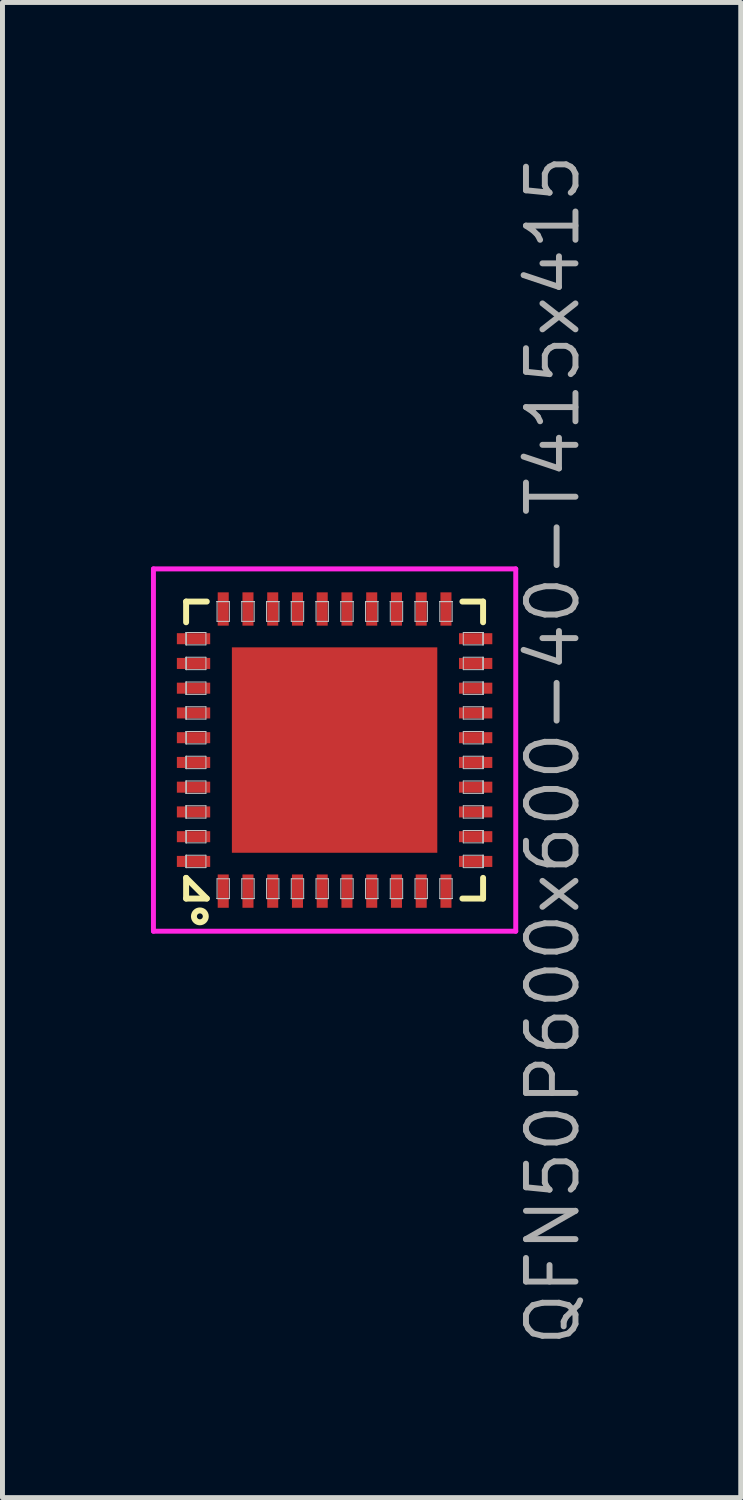
<source format=kicad_pcb>
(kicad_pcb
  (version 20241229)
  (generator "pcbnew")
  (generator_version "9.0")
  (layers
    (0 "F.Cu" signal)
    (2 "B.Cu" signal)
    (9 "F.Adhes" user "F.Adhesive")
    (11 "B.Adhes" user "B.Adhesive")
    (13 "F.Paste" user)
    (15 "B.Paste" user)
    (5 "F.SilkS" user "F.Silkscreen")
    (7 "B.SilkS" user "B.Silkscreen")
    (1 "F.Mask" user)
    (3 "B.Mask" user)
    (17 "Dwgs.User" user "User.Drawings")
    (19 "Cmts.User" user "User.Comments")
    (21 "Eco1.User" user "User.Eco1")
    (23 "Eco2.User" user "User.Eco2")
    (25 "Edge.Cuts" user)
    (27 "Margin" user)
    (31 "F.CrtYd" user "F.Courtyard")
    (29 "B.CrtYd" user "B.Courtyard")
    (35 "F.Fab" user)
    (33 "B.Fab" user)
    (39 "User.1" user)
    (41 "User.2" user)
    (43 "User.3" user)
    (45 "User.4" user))
  (footprint "QFN50P600x600-40-T415x415"
    (layer "F.Cu")
    (at 3.71 12.104)
    (property "Reference" "QFN50P600x600-40-T415x415" (at 4.41 0 90) (layer "F.Fab") (effects (font (size 1 1) (thickness 0.12))))
    (attr through_hole)
    (fp_line (start -3 -3) (end -3 -2.582) (stroke (width 0.12) (type solid)) (layer "F.SilkS"))
    (fp_line (start -3 -3) (end -2.582 -3) (stroke (width 0.12) (type solid)) (layer "F.SilkS"))
    (fp_line (start -3 2.582) (end -2.582 3) (stroke (width 0.12) (type solid)) (layer "F.SilkS"))
    (fp_line (start -3 3) (end -3 2.582) (stroke (width 0.12) (type solid)) (layer "F.SilkS"))
    (fp_line (start -3 3) (end -2.582 3) (stroke (width 0.12) (type solid)) (layer "F.SilkS"))
    (fp_line (start 3 -3) (end 2.582 -3) (stroke (width 0.12) (type solid)) (layer "F.SilkS"))
    (fp_line (start 3 -3) (end 3 -2.582) (stroke (width 0.12) (type solid)) (layer "F.SilkS"))
    (fp_line (start 3 3) (end 2.582 3) (stroke (width 0.12) (type solid)) (layer "F.SilkS"))
    (fp_line (start 3 3) (end 3 2.582) (stroke (width 0.12) (type solid)) (layer "F.SilkS"))
    (fp_circle (center -2.722 3.36) (end -2.602 3.36) (stroke (width 0.12) (type solid)) (fill no) (layer "F.SilkS"))
    (fp_line (start -3 -2.375) (end -3 -2.375) (stroke (width 0.02) (type solid)) (layer "Dwgs.User"))
    (fp_line (start -3 -2.375) (end -3 -2.125) (stroke (width 0.02) (type solid)) (layer "Dwgs.User"))
    (fp_line (start -3 -2.375) (end -2.6 -2.375) (stroke (width 0.02) (type solid)) (layer "Dwgs.User"))
    (fp_line (start -3 -2.125) (end -3 -2.375) (stroke (width 0.02) (type solid)) (layer "Dwgs.User"))
    (fp_line (start -3 -2.125) (end -3 -2.375) (stroke (width 0.02) (type solid)) (layer "Dwgs.User"))
    (fp_line (start -3 -2.125) (end -3 -2.125) (stroke (width 0.02) (type solid)) (layer "Dwgs.User"))
    (fp_line (start -3 -1.875) (end -3 -1.875) (stroke (width 0.02) (type solid)) (layer "Dwgs.User"))
    (fp_line (start -3 -1.875) (end -3 -1.625) (stroke (width 0.02) (type solid)) (layer "Dwgs.User"))
    (fp_line (start -3 -1.875) (end -2.6 -1.875) (stroke (width 0.02) (type solid)) (layer "Dwgs.User"))
    (fp_line (start -3 -1.625) (end -3 -1.875) (stroke (width 0.02) (type solid)) (layer "Dwgs.User"))
    (fp_line (start -3 -1.625) (end -3 -1.875) (stroke (width 0.02) (type solid)) (layer "Dwgs.User"))
    (fp_line (start -3 -1.625) (end -3 -1.625) (stroke (width 0.02) (type solid)) (layer "Dwgs.User"))
    (fp_line (start -3 -1.375) (end -3 -1.375) (stroke (width 0.02) (type solid)) (layer "Dwgs.User"))
    (fp_line (start -3 -1.375) (end -3 -1.125) (stroke (width 0.02) (type solid)) (layer "Dwgs.User"))
    (fp_line (start -3 -1.375) (end -2.6 -1.375) (stroke (width 0.02) (type solid)) (layer "Dwgs.User"))
    (fp_line (start -3 -1.125) (end -3 -1.375) (stroke (width 0.02) (type solid)) (layer "Dwgs.User"))
    (fp_line (start -3 -1.125) (end -3 -1.375) (stroke (width 0.02) (type solid)) (layer "Dwgs.User"))
    (fp_line (start -3 -1.125) (end -3 -1.125) (stroke (width 0.02) (type solid)) (layer "Dwgs.User"))
    (fp_line (start -3 -0.875) (end -3 -0.875) (stroke (width 0.02) (type solid)) (layer "Dwgs.User"))
    (fp_line (start -3 -0.875) (end -3 -0.625) (stroke (width 0.02) (type solid)) (layer "Dwgs.User"))
    (fp_line (start -3 -0.875) (end -2.6 -0.875) (stroke (width 0.02) (type solid)) (layer "Dwgs.User"))
    (fp_line (start -3 -0.625) (end -3 -0.875) (stroke (width 0.02) (type solid)) (layer "Dwgs.User"))
    (fp_line (start -3 -0.625) (end -3 -0.875) (stroke (width 0.02) (type solid)) (layer "Dwgs.User"))
    (fp_line (start -3 -0.625) (end -3 -0.625) (stroke (width 0.02) (type solid)) (layer "Dwgs.User"))
    (fp_line (start -3 -0.375) (end -3 -0.375) (stroke (width 0.02) (type solid)) (layer "Dwgs.User"))
    (fp_line (start -3 -0.375) (end -3 -0.125) (stroke (width 0.02) (type solid)) (layer "Dwgs.User"))
    (fp_line (start -3 -0.375) (end -2.6 -0.375) (stroke (width 0.02) (type solid)) (layer "Dwgs.User"))
    (fp_line (start -3 -0.125) (end -3 -0.375) (stroke (width 0.02) (type solid)) (layer "Dwgs.User"))
    (fp_line (start -3 -0.125) (end -3 -0.375) (stroke (width 0.02) (type solid)) (layer "Dwgs.User"))
    (fp_line (start -3 -0.125) (end -3 -0.125) (stroke (width 0.02) (type solid)) (layer "Dwgs.User"))
    (fp_line (start -3 0.125) (end -3 0.125) (stroke (width 0.02) (type solid)) (layer "Dwgs.User"))
    (fp_line (start -3 0.125) (end -3 0.375) (stroke (width 0.02) (type solid)) (layer "Dwgs.User"))
    (fp_line (start -3 0.125) (end -2.6 0.125) (stroke (width 0.02) (type solid)) (layer "Dwgs.User"))
    (fp_line (start -3 0.375) (end -3 0.125) (stroke (width 0.02) (type solid)) (layer "Dwgs.User"))
    (fp_line (start -3 0.375) (end -3 0.125) (stroke (width 0.02) (type solid)) (layer "Dwgs.User"))
    (fp_line (start -3 0.375) (end -3 0.375) (stroke (width 0.02) (type solid)) (layer "Dwgs.User"))
    (fp_line (start -3 0.625) (end -3 0.625) (stroke (width 0.02) (type solid)) (layer "Dwgs.User"))
    (fp_line (start -3 0.625) (end -3 0.875) (stroke (width 0.02) (type solid)) (layer "Dwgs.User"))
    (fp_line (start -3 0.625) (end -2.6 0.625) (stroke (width 0.02) (type solid)) (layer "Dwgs.User"))
    (fp_line (start -3 0.875) (end -3 0.625) (stroke (width 0.02) (type solid)) (layer "Dwgs.User"))
    (fp_line (start -3 0.875) (end -3 0.625) (stroke (width 0.02) (type solid)) (layer "Dwgs.User"))
    (fp_line (start -3 0.875) (end -3 0.875) (stroke (width 0.02) (type solid)) (layer "Dwgs.User"))
    (fp_line (start -3 1.125) (end -3 1.125) (stroke (width 0.02) (type solid)) (layer "Dwgs.User"))
    (fp_line (start -3 1.125) (end -3 1.375) (stroke (width 0.02) (type solid)) (layer "Dwgs.User"))
    (fp_line (start -3 1.125) (end -2.6 1.125) (stroke (width 0.02) (type solid)) (layer "Dwgs.User"))
    (fp_line (start -3 1.375) (end -3 1.125) (stroke (width 0.02) (type solid)) (layer "Dwgs.User"))
    (fp_line (start -3 1.375) (end -3 1.125) (stroke (width 0.02) (type solid)) (layer "Dwgs.User"))
    (fp_line (start -3 1.375) (end -3 1.375) (stroke (width 0.02) (type solid)) (layer "Dwgs.User"))
    (fp_line (start -3 1.625) (end -3 1.625) (stroke (width 0.02) (type solid)) (layer "Dwgs.User"))
    (fp_line (start -3 1.625) (end -3 1.875) (stroke (width 0.02) (type solid)) (layer "Dwgs.User"))
    (fp_line (start -3 1.625) (end -2.6 1.625) (stroke (width 0.02) (type solid)) (layer "Dwgs.User"))
    (fp_line (start -3 1.875) (end -3 1.625) (stroke (width 0.02) (type solid)) (layer "Dwgs.User"))
    (fp_line (start -3 1.875) (end -3 1.625) (stroke (width 0.02) (type solid)) (layer "Dwgs.User"))
    (fp_line (start -3 1.875) (end -3 1.875) (stroke (width 0.02) (type solid)) (layer "Dwgs.User"))
    (fp_line (start -3 2.125) (end -3 2.125) (stroke (width 0.02) (type solid)) (layer "Dwgs.User"))
    (fp_line (start -3 2.125) (end -3 2.375) (stroke (width 0.02) (type solid)) (layer "Dwgs.User"))
    (fp_line (start -3 2.125) (end -2.6 2.125) (stroke (width 0.02) (type solid)) (layer "Dwgs.User"))
    (fp_line (start -3 2.375) (end -3 2.125) (stroke (width 0.02) (type solid)) (layer "Dwgs.User"))
    (fp_line (start -3 2.375) (end -3 2.125) (stroke (width 0.02) (type solid)) (layer "Dwgs.User"))
    (fp_line (start -3 2.375) (end -3 2.375) (stroke (width 0.02) (type solid)) (layer "Dwgs.User"))
    (fp_line (start -2.6 -2.375) (end -2.6 -2.125) (stroke (width 0.02) (type solid)) (layer "Dwgs.User"))
    (fp_line (start -2.6 -2.125) (end -3 -2.125) (stroke (width 0.02) (type solid)) (layer "Dwgs.User"))
    (fp_line (start -2.6 -1.875) (end -2.6 -1.625) (stroke (width 0.02) (type solid)) (layer "Dwgs.User"))
    (fp_line (start -2.6 -1.625) (end -3 -1.625) (stroke (width 0.02) (type solid)) (layer "Dwgs.User"))
    (fp_line (start -2.6 -1.375) (end -2.6 -1.125) (stroke (width 0.02) (type solid)) (layer "Dwgs.User"))
    (fp_line (start -2.6 -1.125) (end -3 -1.125) (stroke (width 0.02) (type solid)) (layer "Dwgs.User"))
    (fp_line (start -2.6 -0.875) (end -2.6 -0.625) (stroke (width 0.02) (type solid)) (layer "Dwgs.User"))
    (fp_line (start -2.6 -0.625) (end -3 -0.625) (stroke (width 0.02) (type solid)) (layer "Dwgs.User"))
    (fp_line (start -2.6 -0.375) (end -2.6 -0.125) (stroke (width 0.02) (type solid)) (layer "Dwgs.User"))
    (fp_line (start -2.6 -0.125) (end -3 -0.125) (stroke (width 0.02) (type solid)) (layer "Dwgs.User"))
    (fp_line (start -2.6 0.125) (end -2.6 0.375) (stroke (width 0.02) (type solid)) (layer "Dwgs.User"))
    (fp_line (start -2.6 0.375) (end -3 0.375) (stroke (width 0.02) (type solid)) (layer "Dwgs.User"))
    (fp_line (start -2.6 0.625) (end -2.6 0.875) (stroke (width 0.02) (type solid)) (layer "Dwgs.User"))
    (fp_line (start -2.6 0.875) (end -3 0.875) (stroke (width 0.02) (type solid)) (layer "Dwgs.User"))
    (fp_line (start -2.6 1.125) (end -2.6 1.375) (stroke (width 0.02) (type solid)) (layer "Dwgs.User"))
    (fp_line (start -2.6 1.375) (end -3 1.375) (stroke (width 0.02) (type solid)) (layer "Dwgs.User"))
    (fp_line (start -2.6 1.625) (end -2.6 1.875) (stroke (width 0.02) (type solid)) (layer "Dwgs.User"))
    (fp_line (start -2.6 1.875) (end -3 1.875) (stroke (width 0.02) (type solid)) (layer "Dwgs.User"))
    (fp_line (start -2.6 2.125) (end -2.6 2.375) (stroke (width 0.02) (type solid)) (layer "Dwgs.User"))
    (fp_line (start -2.6 2.375) (end -3 2.375) (stroke (width 0.02) (type solid)) (layer "Dwgs.User"))
    (fp_line (start -2.375 -3) (end -2.375 -3) (stroke (width 0.02) (type solid)) (layer "Dwgs.User"))
    (fp_line (start -2.375 -3) (end -2.125 -3) (stroke (width 0.02) (type solid)) (layer "Dwgs.User"))
    (fp_line (start -2.375 -3) (end -2.125 -3) (stroke (width 0.02) (type solid)) (layer "Dwgs.User"))
    (fp_line (start -2.375 -2.6) (end -2.375 -3) (stroke (width 0.02) (type solid)) (layer "Dwgs.User"))
    (fp_line (start -2.375 2.6) (end -2.375 3) (stroke (width 0.02) (type solid)) (layer "Dwgs.User"))
    (fp_line (start -2.375 3) (end -2.375 3) (stroke (width 0.02) (type solid)) (layer "Dwgs.User"))
    (fp_line (start -2.375 3) (end -2.125 3) (stroke (width 0.02) (type solid)) (layer "Dwgs.User"))
    (fp_line (start -2.375 3) (end -2.125 3) (stroke (width 0.02) (type solid)) (layer "Dwgs.User"))
    (fp_line (start -2.125 -3) (end -2.375 -3) (stroke (width 0.02) (type solid)) (layer "Dwgs.User"))
    (fp_line (start -2.125 -3) (end -2.125 -3) (stroke (width 0.02) (type solid)) (layer "Dwgs.User"))
    (fp_line (start -2.125 -3) (end -2.125 -2.6) (stroke (width 0.02) (type solid)) (layer "Dwgs.User"))
    (fp_line (start -2.125 -2.6) (end -2.375 -2.6) (stroke (width 0.02) (type solid)) (layer "Dwgs.User"))
    (fp_line (start -2.125 2.6) (end -2.375 2.6) (stroke (width 0.02) (type solid)) (layer "Dwgs.User"))
    (fp_line (start -2.125 3) (end -2.375 3) (stroke (width 0.02) (type solid)) (layer "Dwgs.User"))
    (fp_line (start -2.125 3) (end -2.125 2.6) (stroke (width 0.02) (type solid)) (layer "Dwgs.User"))
    (fp_line (start -2.125 3) (end -2.125 3) (stroke (width 0.02) (type solid)) (layer "Dwgs.User"))
    (fp_line (start -1.875 -3) (end -1.875 -3) (stroke (width 0.02) (type solid)) (layer "Dwgs.User"))
    (fp_line (start -1.875 -3) (end -1.625 -3) (stroke (width 0.02) (type solid)) (layer "Dwgs.User"))
    (fp_line (start -1.875 -3) (end -1.625 -3) (stroke (width 0.02) (type solid)) (layer "Dwgs.User"))
    (fp_line (start -1.875 -2.6) (end -1.875 -3) (stroke (width 0.02) (type solid)) (layer "Dwgs.User"))
    (fp_line (start -1.875 2.6) (end -1.875 3) (stroke (width 0.02) (type solid)) (layer "Dwgs.User"))
    (fp_line (start -1.875 3) (end -1.875 3) (stroke (width 0.02) (type solid)) (layer "Dwgs.User"))
    (fp_line (start -1.875 3) (end -1.625 3) (stroke (width 0.02) (type solid)) (layer "Dwgs.User"))
    (fp_line (start -1.875 3) (end -1.625 3) (stroke (width 0.02) (type solid)) (layer "Dwgs.User"))
    (fp_line (start -1.625 -3) (end -1.875 -3) (stroke (width 0.02) (type solid)) (layer "Dwgs.User"))
    (fp_line (start -1.625 -3) (end -1.625 -3) (stroke (width 0.02) (type solid)) (layer "Dwgs.User"))
    (fp_line (start -1.625 -3) (end -1.625 -2.6) (stroke (width 0.02) (type solid)) (layer "Dwgs.User"))
    (fp_line (start -1.625 -2.6) (end -1.875 -2.6) (stroke (width 0.02) (type solid)) (layer "Dwgs.User"))
    (fp_line (start -1.625 2.6) (end -1.875 2.6) (stroke (width 0.02) (type solid)) (layer "Dwgs.User"))
    (fp_line (start -1.625 3) (end -1.875 3) (stroke (width 0.02) (type solid)) (layer "Dwgs.User"))
    (fp_line (start -1.625 3) (end -1.625 2.6) (stroke (width 0.02) (type solid)) (layer "Dwgs.User"))
    (fp_line (start -1.625 3) (end -1.625 3) (stroke (width 0.02) (type solid)) (layer "Dwgs.User"))
    (fp_line (start -1.375 -3) (end -1.375 -3) (stroke (width 0.02) (type solid)) (layer "Dwgs.User"))
    (fp_line (start -1.375 -3) (end -1.125 -3) (stroke (width 0.02) (type solid)) (layer "Dwgs.User"))
    (fp_line (start -1.375 -3) (end -1.125 -3) (stroke (width 0.02) (type solid)) (layer "Dwgs.User"))
    (fp_line (start -1.375 -2.6) (end -1.375 -3) (stroke (width 0.02) (type solid)) (layer "Dwgs.User"))
    (fp_line (start -1.375 2.6) (end -1.375 3) (stroke (width 0.02) (type solid)) (layer "Dwgs.User"))
    (fp_line (start -1.375 3) (end -1.375 3) (stroke (width 0.02) (type solid)) (layer "Dwgs.User"))
    (fp_line (start -1.375 3) (end -1.125 3) (stroke (width 0.02) (type solid)) (layer "Dwgs.User"))
    (fp_line (start -1.375 3) (end -1.125 3) (stroke (width 0.02) (type solid)) (layer "Dwgs.User"))
    (fp_line (start -1.125 -3) (end -1.375 -3) (stroke (width 0.02) (type solid)) (layer "Dwgs.User"))
    (fp_line (start -1.125 -3) (end -1.125 -3) (stroke (width 0.02) (type solid)) (layer "Dwgs.User"))
    (fp_line (start -1.125 -3) (end -1.125 -2.6) (stroke (width 0.02) (type solid)) (layer "Dwgs.User"))
    (fp_line (start -1.125 -2.6) (end -1.375 -2.6) (stroke (width 0.02) (type solid)) (layer "Dwgs.User"))
    (fp_line (start -1.125 2.6) (end -1.375 2.6) (stroke (width 0.02) (type solid)) (layer "Dwgs.User"))
    (fp_line (start -1.125 3) (end -1.375 3) (stroke (width 0.02) (type solid)) (layer "Dwgs.User"))
    (fp_line (start -1.125 3) (end -1.125 2.6) (stroke (width 0.02) (type solid)) (layer "Dwgs.User"))
    (fp_line (start -1.125 3) (end -1.125 3) (stroke (width 0.02) (type solid)) (layer "Dwgs.User"))
    (fp_line (start -0.875 -3) (end -0.875 -3) (stroke (width 0.02) (type solid)) (layer "Dwgs.User"))
    (fp_line (start -0.875 -3) (end -0.625 -3) (stroke (width 0.02) (type solid)) (layer "Dwgs.User"))
    (fp_line (start -0.875 -3) (end -0.625 -3) (stroke (width 0.02) (type solid)) (layer "Dwgs.User"))
    (fp_line (start -0.875 -2.6) (end -0.875 -3) (stroke (width 0.02) (type solid)) (layer "Dwgs.User"))
    (fp_line (start -0.875 2.6) (end -0.875 3) (stroke (width 0.02) (type solid)) (layer "Dwgs.User"))
    (fp_line (start -0.875 3) (end -0.875 3) (stroke (width 0.02) (type solid)) (layer "Dwgs.User"))
    (fp_line (start -0.875 3) (end -0.625 3) (stroke (width 0.02) (type solid)) (layer "Dwgs.User"))
    (fp_line (start -0.875 3) (end -0.625 3) (stroke (width 0.02) (type solid)) (layer "Dwgs.User"))
    (fp_line (start -0.625 -3) (end -0.875 -3) (stroke (width 0.02) (type solid)) (layer "Dwgs.User"))
    (fp_line (start -0.625 -3) (end -0.625 -3) (stroke (width 0.02) (type solid)) (layer "Dwgs.User"))
    (fp_line (start -0.625 -3) (end -0.625 -2.6) (stroke (width 0.02) (type solid)) (layer "Dwgs.User"))
    (fp_line (start -0.625 -2.6) (end -0.875 -2.6) (stroke (width 0.02) (type solid)) (layer "Dwgs.User"))
    (fp_line (start -0.625 2.6) (end -0.875 2.6) (stroke (width 0.02) (type solid)) (layer "Dwgs.User"))
    (fp_line (start -0.625 3) (end -0.875 3) (stroke (width 0.02) (type solid)) (layer "Dwgs.User"))
    (fp_line (start -0.625 3) (end -0.625 2.6) (stroke (width 0.02) (type solid)) (layer "Dwgs.User"))
    (fp_line (start -0.625 3) (end -0.625 3) (stroke (width 0.02) (type solid)) (layer "Dwgs.User"))
    (fp_line (start -0.375 -3) (end -0.375 -3) (stroke (width 0.02) (type solid)) (layer "Dwgs.User"))
    (fp_line (start -0.375 -3) (end -0.125 -3) (stroke (width 0.02) (type solid)) (layer "Dwgs.User"))
    (fp_line (start -0.375 -3) (end -0.125 -3) (stroke (width 0.02) (type solid)) (layer "Dwgs.User"))
    (fp_line (start -0.375 -2.6) (end -0.375 -3) (stroke (width 0.02) (type solid)) (layer "Dwgs.User"))
    (fp_line (start -0.375 2.6) (end -0.375 3) (stroke (width 0.02) (type solid)) (layer "Dwgs.User"))
    (fp_line (start -0.375 3) (end -0.375 3) (stroke (width 0.02) (type solid)) (layer "Dwgs.User"))
    (fp_line (start -0.375 3) (end -0.125 3) (stroke (width 0.02) (type solid)) (layer "Dwgs.User"))
    (fp_line (start -0.375 3) (end -0.125 3) (stroke (width 0.02) (type solid)) (layer "Dwgs.User"))
    (fp_line (start -0.125 -3) (end -0.375 -3) (stroke (width 0.02) (type solid)) (layer "Dwgs.User"))
    (fp_line (start -0.125 -3) (end -0.125 -3) (stroke (width 0.02) (type solid)) (layer "Dwgs.User"))
    (fp_line (start -0.125 -3) (end -0.125 -2.6) (stroke (width 0.02) (type solid)) (layer "Dwgs.User"))
    (fp_line (start -0.125 -2.6) (end -0.375 -2.6) (stroke (width 0.02) (type solid)) (layer "Dwgs.User"))
    (fp_line (start -0.125 2.6) (end -0.375 2.6) (stroke (width 0.02) (type solid)) (layer "Dwgs.User"))
    (fp_line (start -0.125 3) (end -0.375 3) (stroke (width 0.02) (type solid)) (layer "Dwgs.User"))
    (fp_line (start -0.125 3) (end -0.125 2.6) (stroke (width 0.02) (type solid)) (layer "Dwgs.User"))
    (fp_line (start -0.125 3) (end -0.125 3) (stroke (width 0.02) (type solid)) (layer "Dwgs.User"))
    (fp_line (start 0.125 -3) (end 0.125 -3) (stroke (width 0.02) (type solid)) (layer "Dwgs.User"))
    (fp_line (start 0.125 -3) (end 0.375 -3) (stroke (width 0.02) (type solid)) (layer "Dwgs.User"))
    (fp_line (start 0.125 -3) (end 0.375 -3) (stroke (width 0.02) (type solid)) (layer "Dwgs.User"))
    (fp_line (start 0.125 -2.6) (end 0.125 -3) (stroke (width 0.02) (type solid)) (layer "Dwgs.User"))
    (fp_line (start 0.125 2.6) (end 0.125 3) (stroke (width 0.02) (type solid)) (layer "Dwgs.User"))
    (fp_line (start 0.125 3) (end 0.125 3) (stroke (width 0.02) (type solid)) (layer "Dwgs.User"))
    (fp_line (start 0.125 3) (end 0.375 3) (stroke (width 0.02) (type solid)) (layer "Dwgs.User"))
    (fp_line (start 0.125 3) (end 0.375 3) (stroke (width 0.02) (type solid)) (layer "Dwgs.User"))
    (fp_line (start 0.375 -3) (end 0.125 -3) (stroke (width 0.02) (type solid)) (layer "Dwgs.User"))
    (fp_line (start 0.375 -3) (end 0.375 -3) (stroke (width 0.02) (type solid)) (layer "Dwgs.User"))
    (fp_line (start 0.375 -3) (end 0.375 -2.6) (stroke (width 0.02) (type solid)) (layer "Dwgs.User"))
    (fp_line (start 0.375 -2.6) (end 0.125 -2.6) (stroke (width 0.02) (type solid)) (layer "Dwgs.User"))
    (fp_line (start 0.375 2.6) (end 0.125 2.6) (stroke (width 0.02) (type solid)) (layer "Dwgs.User"))
    (fp_line (start 0.375 3) (end 0.125 3) (stroke (width 0.02) (type solid)) (layer "Dwgs.User"))
    (fp_line (start 0.375 3) (end 0.375 2.6) (stroke (width 0.02) (type solid)) (layer "Dwgs.User"))
    (fp_line (start 0.375 3) (end 0.375 3) (stroke (width 0.02) (type solid)) (layer "Dwgs.User"))
    (fp_line (start 0.625 -3) (end 0.625 -3) (stroke (width 0.02) (type solid)) (layer "Dwgs.User"))
    (fp_line (start 0.625 -3) (end 0.875 -3) (stroke (width 0.02) (type solid)) (layer "Dwgs.User"))
    (fp_line (start 0.625 -3) (end 0.875 -3) (stroke (width 0.02) (type solid)) (layer "Dwgs.User"))
    (fp_line (start 0.625 -2.6) (end 0.625 -3) (stroke (width 0.02) (type solid)) (layer "Dwgs.User"))
    (fp_line (start 0.625 2.6) (end 0.625 3) (stroke (width 0.02) (type solid)) (layer "Dwgs.User"))
    (fp_line (start 0.625 3) (end 0.625 3) (stroke (width 0.02) (type solid)) (layer "Dwgs.User"))
    (fp_line (start 0.625 3) (end 0.875 3) (stroke (width 0.02) (type solid)) (layer "Dwgs.User"))
    (fp_line (start 0.625 3) (end 0.875 3) (stroke (width 0.02) (type solid)) (layer "Dwgs.User"))
    (fp_line (start 0.875 -3) (end 0.625 -3) (stroke (width 0.02) (type solid)) (layer "Dwgs.User"))
    (fp_line (start 0.875 -3) (end 0.875 -3) (stroke (width 0.02) (type solid)) (layer "Dwgs.User"))
    (fp_line (start 0.875 -3) (end 0.875 -2.6) (stroke (width 0.02) (type solid)) (layer "Dwgs.User"))
    (fp_line (start 0.875 -2.6) (end 0.625 -2.6) (stroke (width 0.02) (type solid)) (layer "Dwgs.User"))
    (fp_line (start 0.875 2.6) (end 0.625 2.6) (stroke (width 0.02) (type solid)) (layer "Dwgs.User"))
    (fp_line (start 0.875 3) (end 0.625 3) (stroke (width 0.02) (type solid)) (layer "Dwgs.User"))
    (fp_line (start 0.875 3) (end 0.875 2.6) (stroke (width 0.02) (type solid)) (layer "Dwgs.User"))
    (fp_line (start 0.875 3) (end 0.875 3) (stroke (width 0.02) (type solid)) (layer "Dwgs.User"))
    (fp_line (start 1.125 -3) (end 1.125 -3) (stroke (width 0.02) (type solid)) (layer "Dwgs.User"))
    (fp_line (start 1.125 -3) (end 1.375 -3) (stroke (width 0.02) (type solid)) (layer "Dwgs.User"))
    (fp_line (start 1.125 -3) (end 1.375 -3) (stroke (width 0.02) (type solid)) (layer "Dwgs.User"))
    (fp_line (start 1.125 -2.6) (end 1.125 -3) (stroke (width 0.02) (type solid)) (layer "Dwgs.User"))
    (fp_line (start 1.125 2.6) (end 1.125 3) (stroke (width 0.02) (type solid)) (layer "Dwgs.User"))
    (fp_line (start 1.125 3) (end 1.125 3) (stroke (width 0.02) (type solid)) (layer "Dwgs.User"))
    (fp_line (start 1.125 3) (end 1.375 3) (stroke (width 0.02) (type solid)) (layer "Dwgs.User"))
    (fp_line (start 1.125 3) (end 1.375 3) (stroke (width 0.02) (type solid)) (layer "Dwgs.User"))
    (fp_line (start 1.375 -3) (end 1.125 -3) (stroke (width 0.02) (type solid)) (layer "Dwgs.User"))
    (fp_line (start 1.375 -3) (end 1.375 -3) (stroke (width 0.02) (type solid)) (layer "Dwgs.User"))
    (fp_line (start 1.375 -3) (end 1.375 -2.6) (stroke (width 0.02) (type solid)) (layer "Dwgs.User"))
    (fp_line (start 1.375 -2.6) (end 1.125 -2.6) (stroke (width 0.02) (type solid)) (layer "Dwgs.User"))
    (fp_line (start 1.375 2.6) (end 1.125 2.6) (stroke (width 0.02) (type solid)) (layer "Dwgs.User"))
    (fp_line (start 1.375 3) (end 1.125 3) (stroke (width 0.02) (type solid)) (layer "Dwgs.User"))
    (fp_line (start 1.375 3) (end 1.375 2.6) (stroke (width 0.02) (type solid)) (layer "Dwgs.User"))
    (fp_line (start 1.375 3) (end 1.375 3) (stroke (width 0.02) (type solid)) (layer "Dwgs.User"))
    (fp_line (start 1.625 -3) (end 1.625 -3) (stroke (width 0.02) (type solid)) (layer "Dwgs.User"))
    (fp_line (start 1.625 -3) (end 1.875 -3) (stroke (width 0.02) (type solid)) (layer "Dwgs.User"))
    (fp_line (start 1.625 -3) (end 1.875 -3) (stroke (width 0.02) (type solid)) (layer "Dwgs.User"))
    (fp_line (start 1.625 -2.6) (end 1.625 -3) (stroke (width 0.02) (type solid)) (layer "Dwgs.User"))
    (fp_line (start 1.625 2.6) (end 1.625 3) (stroke (width 0.02) (type solid)) (layer "Dwgs.User"))
    (fp_line (start 1.625 3) (end 1.625 3) (stroke (width 0.02) (type solid)) (layer "Dwgs.User"))
    (fp_line (start 1.625 3) (end 1.875 3) (stroke (width 0.02) (type solid)) (layer "Dwgs.User"))
    (fp_line (start 1.625 3) (end 1.875 3) (stroke (width 0.02) (type solid)) (layer "Dwgs.User"))
    (fp_line (start 1.875 -3) (end 1.625 -3) (stroke (width 0.02) (type solid)) (layer "Dwgs.User"))
    (fp_line (start 1.875 -3) (end 1.875 -3) (stroke (width 0.02) (type solid)) (layer "Dwgs.User"))
    (fp_line (start 1.875 -3) (end 1.875 -2.6) (stroke (width 0.02) (type solid)) (layer "Dwgs.User"))
    (fp_line (start 1.875 -2.6) (end 1.625 -2.6) (stroke (width 0.02) (type solid)) (layer "Dwgs.User"))
    (fp_line (start 1.875 2.6) (end 1.625 2.6) (stroke (width 0.02) (type solid)) (layer "Dwgs.User"))
    (fp_line (start 1.875 3) (end 1.625 3) (stroke (width 0.02) (type solid)) (layer "Dwgs.User"))
    (fp_line (start 1.875 3) (end 1.875 2.6) (stroke (width 0.02) (type solid)) (layer "Dwgs.User"))
    (fp_line (start 1.875 3) (end 1.875 3) (stroke (width 0.02) (type solid)) (layer "Dwgs.User"))
    (fp_line (start 2.125 -3) (end 2.125 -3) (stroke (width 0.02) (type solid)) (layer "Dwgs.User"))
    (fp_line (start 2.125 -3) (end 2.375 -3) (stroke (width 0.02) (type solid)) (layer "Dwgs.User"))
    (fp_line (start 2.125 -3) (end 2.375 -3) (stroke (width 0.02) (type solid)) (layer "Dwgs.User"))
    (fp_line (start 2.125 -2.6) (end 2.125 -3) (stroke (width 0.02) (type solid)) (layer "Dwgs.User"))
    (fp_line (start 2.125 2.6) (end 2.125 3) (stroke (width 0.02) (type solid)) (layer "Dwgs.User"))
    (fp_line (start 2.125 3) (end 2.125 3) (stroke (width 0.02) (type solid)) (layer "Dwgs.User"))
    (fp_line (start 2.125 3) (end 2.375 3) (stroke (width 0.02) (type solid)) (layer "Dwgs.User"))
    (fp_line (start 2.125 3) (end 2.375 3) (stroke (width 0.02) (type solid)) (layer "Dwgs.User"))
    (fp_line (start 2.375 -3) (end 2.125 -3) (stroke (width 0.02) (type solid)) (layer "Dwgs.User"))
    (fp_line (start 2.375 -3) (end 2.375 -3) (stroke (width 0.02) (type solid)) (layer "Dwgs.User"))
    (fp_line (start 2.375 -3) (end 2.375 -2.6) (stroke (width 0.02) (type solid)) (layer "Dwgs.User"))
    (fp_line (start 2.375 -2.6) (end 2.125 -2.6) (stroke (width 0.02) (type solid)) (layer "Dwgs.User"))
    (fp_line (start 2.375 2.6) (end 2.125 2.6) (stroke (width 0.02) (type solid)) (layer "Dwgs.User"))
    (fp_line (start 2.375 3) (end 2.125 3) (stroke (width 0.02) (type solid)) (layer "Dwgs.User"))
    (fp_line (start 2.375 3) (end 2.375 2.6) (stroke (width 0.02) (type solid)) (layer "Dwgs.User"))
    (fp_line (start 2.375 3) (end 2.375 3) (stroke (width 0.02) (type solid)) (layer "Dwgs.User"))
    (fp_line (start 2.6 -2.375) (end 2.6 -2.125) (stroke (width 0.02) (type solid)) (layer "Dwgs.User"))
    (fp_line (start 2.6 -2.125) (end 3 -2.125) (stroke (width 0.02) (type solid)) (layer "Dwgs.User"))
    (fp_line (start 2.6 -1.875) (end 2.6 -1.625) (stroke (width 0.02) (type solid)) (layer "Dwgs.User"))
    (fp_line (start 2.6 -1.625) (end 3 -1.625) (stroke (width 0.02) (type solid)) (layer "Dwgs.User"))
    (fp_line (start 2.6 -1.375) (end 2.6 -1.125) (stroke (width 0.02) (type solid)) (layer "Dwgs.User"))
    (fp_line (start 2.6 -1.125) (end 3 -1.125) (stroke (width 0.02) (type solid)) (layer "Dwgs.User"))
    (fp_line (start 2.6 -0.875) (end 2.6 -0.625) (stroke (width 0.02) (type solid)) (layer "Dwgs.User"))
    (fp_line (start 2.6 -0.625) (end 3 -0.625) (stroke (width 0.02) (type solid)) (layer "Dwgs.User"))
    (fp_line (start 2.6 -0.375) (end 2.6 -0.125) (stroke (width 0.02) (type solid)) (layer "Dwgs.User"))
    (fp_line (start 2.6 -0.125) (end 3 -0.125) (stroke (width 0.02) (type solid)) (layer "Dwgs.User"))
    (fp_line (start 2.6 0.125) (end 2.6 0.375) (stroke (width 0.02) (type solid)) (layer "Dwgs.User"))
    (fp_line (start 2.6 0.375) (end 3 0.375) (stroke (width 0.02) (type solid)) (layer "Dwgs.User"))
    (fp_line (start 2.6 0.625) (end 2.6 0.875) (stroke (width 0.02) (type solid)) (layer "Dwgs.User"))
    (fp_line (start 2.6 0.875) (end 3 0.875) (stroke (width 0.02) (type solid)) (layer "Dwgs.User"))
    (fp_line (start 2.6 1.125) (end 2.6 1.375) (stroke (width 0.02) (type solid)) (layer "Dwgs.User"))
    (fp_line (start 2.6 1.375) (end 3 1.375) (stroke (width 0.02) (type solid)) (layer "Dwgs.User"))
    (fp_line (start 2.6 1.625) (end 2.6 1.875) (stroke (width 0.02) (type solid)) (layer "Dwgs.User"))
    (fp_line (start 2.6 1.875) (end 3 1.875) (stroke (width 0.02) (type solid)) (layer "Dwgs.User"))
    (fp_line (start 2.6 2.125) (end 2.6 2.375) (stroke (width 0.02) (type solid)) (layer "Dwgs.User"))
    (fp_line (start 2.6 2.375) (end 3 2.375) (stroke (width 0.02) (type solid)) (layer "Dwgs.User"))
    (fp_line (start 3 -2.375) (end 2.6 -2.375) (stroke (width 0.02) (type solid)) (layer "Dwgs.User"))
    (fp_line (start 3 -2.375) (end 3 -2.375) (stroke (width 0.02) (type solid)) (layer "Dwgs.User"))
    (fp_line (start 3 -2.375) (end 3 -2.125) (stroke (width 0.02) (type solid)) (layer "Dwgs.User"))
    (fp_line (start 3 -2.125) (end 3 -2.375) (stroke (width 0.02) (type solid)) (layer "Dwgs.User"))
    (fp_line (start 3 -2.125) (end 3 -2.375) (stroke (width 0.02) (type solid)) (layer "Dwgs.User"))
    (fp_line (start 3 -2.125) (end 3 -2.125) (stroke (width 0.02) (type solid)) (layer "Dwgs.User"))
    (fp_line (start 3 -1.875) (end 2.6 -1.875) (stroke (width 0.02) (type solid)) (layer "Dwgs.User"))
    (fp_line (start 3 -1.875) (end 3 -1.875) (stroke (width 0.02) (type solid)) (layer "Dwgs.User"))
    (fp_line (start 3 -1.875) (end 3 -1.625) (stroke (width 0.02) (type solid)) (layer "Dwgs.User"))
    (fp_line (start 3 -1.625) (end 3 -1.875) (stroke (width 0.02) (type solid)) (layer "Dwgs.User"))
    (fp_line (start 3 -1.625) (end 3 -1.875) (stroke (width 0.02) (type solid)) (layer "Dwgs.User"))
    (fp_line (start 3 -1.625) (end 3 -1.625) (stroke (width 0.02) (type solid)) (layer "Dwgs.User"))
    (fp_line (start 3 -1.375) (end 2.6 -1.375) (stroke (width 0.02) (type solid)) (layer "Dwgs.User"))
    (fp_line (start 3 -1.375) (end 3 -1.375) (stroke (width 0.02) (type solid)) (layer "Dwgs.User"))
    (fp_line (start 3 -1.375) (end 3 -1.125) (stroke (width 0.02) (type solid)) (layer "Dwgs.User"))
    (fp_line (start 3 -1.125) (end 3 -1.375) (stroke (width 0.02) (type solid)) (layer "Dwgs.User"))
    (fp_line (start 3 -1.125) (end 3 -1.375) (stroke (width 0.02) (type solid)) (layer "Dwgs.User"))
    (fp_line (start 3 -1.125) (end 3 -1.125) (stroke (width 0.02) (type solid)) (layer "Dwgs.User"))
    (fp_line (start 3 -0.875) (end 2.6 -0.875) (stroke (width 0.02) (type solid)) (layer "Dwgs.User"))
    (fp_line (start 3 -0.875) (end 3 -0.875) (stroke (width 0.02) (type solid)) (layer "Dwgs.User"))
    (fp_line (start 3 -0.875) (end 3 -0.625) (stroke (width 0.02) (type solid)) (layer "Dwgs.User"))
    (fp_line (start 3 -0.625) (end 3 -0.875) (stroke (width 0.02) (type solid)) (layer "Dwgs.User"))
    (fp_line (start 3 -0.625) (end 3 -0.875) (stroke (width 0.02) (type solid)) (layer "Dwgs.User"))
    (fp_line (start 3 -0.625) (end 3 -0.625) (stroke (width 0.02) (type solid)) (layer "Dwgs.User"))
    (fp_line (start 3 -0.375) (end 2.6 -0.375) (stroke (width 0.02) (type solid)) (layer "Dwgs.User"))
    (fp_line (start 3 -0.375) (end 3 -0.375) (stroke (width 0.02) (type solid)) (layer "Dwgs.User"))
    (fp_line (start 3 -0.375) (end 3 -0.125) (stroke (width 0.02) (type solid)) (layer "Dwgs.User"))
    (fp_line (start 3 -0.125) (end 3 -0.375) (stroke (width 0.02) (type solid)) (layer "Dwgs.User"))
    (fp_line (start 3 -0.125) (end 3 -0.375) (stroke (width 0.02) (type solid)) (layer "Dwgs.User"))
    (fp_line (start 3 -0.125) (end 3 -0.125) (stroke (width 0.02) (type solid)) (layer "Dwgs.User"))
    (fp_line (start 3 0.125) (end 2.6 0.125) (stroke (width 0.02) (type solid)) (layer "Dwgs.User"))
    (fp_line (start 3 0.125) (end 3 0.125) (stroke (width 0.02) (type solid)) (layer "Dwgs.User"))
    (fp_line (start 3 0.125) (end 3 0.375) (stroke (width 0.02) (type solid)) (layer "Dwgs.User"))
    (fp_line (start 3 0.375) (end 3 0.125) (stroke (width 0.02) (type solid)) (layer "Dwgs.User"))
    (fp_line (start 3 0.375) (end 3 0.125) (stroke (width 0.02) (type solid)) (layer "Dwgs.User"))
    (fp_line (start 3 0.375) (end 3 0.375) (stroke (width 0.02) (type solid)) (layer "Dwgs.User"))
    (fp_line (start 3 0.625) (end 2.6 0.625) (stroke (width 0.02) (type solid)) (layer "Dwgs.User"))
    (fp_line (start 3 0.625) (end 3 0.625) (stroke (width 0.02) (type solid)) (layer "Dwgs.User"))
    (fp_line (start 3 0.625) (end 3 0.875) (stroke (width 0.02) (type solid)) (layer "Dwgs.User"))
    (fp_line (start 3 0.875) (end 3 0.625) (stroke (width 0.02) (type solid)) (layer "Dwgs.User"))
    (fp_line (start 3 0.875) (end 3 0.625) (stroke (width 0.02) (type solid)) (layer "Dwgs.User"))
    (fp_line (start 3 0.875) (end 3 0.875) (stroke (width 0.02) (type solid)) (layer "Dwgs.User"))
    (fp_line (start 3 1.125) (end 2.6 1.125) (stroke (width 0.02) (type solid)) (layer "Dwgs.User"))
    (fp_line (start 3 1.125) (end 3 1.125) (stroke (width 0.02) (type solid)) (layer "Dwgs.User"))
    (fp_line (start 3 1.125) (end 3 1.375) (stroke (width 0.02) (type solid)) (layer "Dwgs.User"))
    (fp_line (start 3 1.375) (end 3 1.125) (stroke (width 0.02) (type solid)) (layer "Dwgs.User"))
    (fp_line (start 3 1.375) (end 3 1.125) (stroke (width 0.02) (type solid)) (layer "Dwgs.User"))
    (fp_line (start 3 1.375) (end 3 1.375) (stroke (width 0.02) (type solid)) (layer "Dwgs.User"))
    (fp_line (start 3 1.625) (end 2.6 1.625) (stroke (width 0.02) (type solid)) (layer "Dwgs.User"))
    (fp_line (start 3 1.625) (end 3 1.625) (stroke (width 0.02) (type solid)) (layer "Dwgs.User"))
    (fp_line (start 3 1.625) (end 3 1.875) (stroke (width 0.02) (type solid)) (layer "Dwgs.User"))
    (fp_line (start 3 1.875) (end 3 1.625) (stroke (width 0.02) (type solid)) (layer "Dwgs.User"))
    (fp_line (start 3 1.875) (end 3 1.625) (stroke (width 0.02) (type solid)) (layer "Dwgs.User"))
    (fp_line (start 3 1.875) (end 3 1.875) (stroke (width 0.02) (type solid)) (layer "Dwgs.User"))
    (fp_line (start 3 2.125) (end 2.6 2.125) (stroke (width 0.02) (type solid)) (layer "Dwgs.User"))
    (fp_line (start 3 2.125) (end 3 2.125) (stroke (width 0.02) (type solid)) (layer "Dwgs.User"))
    (fp_line (start 3 2.125) (end 3 2.375) (stroke (width 0.02) (type solid)) (layer "Dwgs.User"))
    (fp_line (start 3 2.375) (end 3 2.125) (stroke (width 0.02) (type solid)) (layer "Dwgs.User"))
    (fp_line (start 3 2.375) (end 3 2.125) (stroke (width 0.02) (type solid)) (layer "Dwgs.User"))
    (fp_line (start 3 2.375) (end 3 2.375) (stroke (width 0.02) (type solid)) (layer "Dwgs.User"))
    (fp_line (start -0.75 0) (end 0.75 0) (stroke (width 0.12) (type solid)) (layer "Eco1.User"))
    (fp_line (start 0 -0.75) (end 0 0.75) (stroke (width 0.12) (type solid)) (layer "Eco1.User"))
    (fp_circle (center 0 0) (end 0.5 0) (stroke (width 0.12) (type solid)) (fill no) (layer "Eco1.User"))
    (fp_line (start -3.66 -3.66) (end -3.66 3.66) (stroke (width 0.1) (type solid)) (layer "F.CrtYd"))
    (fp_line (start -3.66 3.66) (end 3.66 3.66) (stroke (width 0.1) (type solid)) (layer "F.CrtYd"))
    (fp_line (start 3.66 -3.66) (end -3.66 -3.66) (stroke (width 0.1) (type solid)) (layer "F.CrtYd"))
    (fp_line (start 3.66 3.66) (end 3.66 -3.66) (stroke (width 0.1) (type solid)) (layer "F.CrtYd"))
    (pad "1" smd rect (at -2.25 2.85) (size 0.223 0.673) (layers "F.Cu" "F.Mask" "F.Paste"))
    (pad "2" smd rect (at -1.75 2.85) (size 0.223 0.673) (layers "F.Cu" "F.Mask" "F.Paste"))
    (pad "3" smd rect (at -1.25 2.85) (size 0.223 0.673) (layers "F.Cu" "F.Mask" "F.Paste"))
    (pad "4" smd rect (at -0.75 2.85) (size 0.223 0.673) (layers "F.Cu" "F.Mask" "F.Paste"))
    (pad "5" smd rect (at -0.25 2.85) (size 0.223 0.673) (layers "F.Cu" "F.Mask" "F.Paste"))
    (pad "6" smd rect (at 0.25 2.85) (size 0.223 0.673) (layers "F.Cu" "F.Mask" "F.Paste"))
    (pad "7" smd rect (at 0.75 2.85) (size 0.223 0.673) (layers "F.Cu" "F.Mask" "F.Paste"))
    (pad "8" smd rect (at 1.25 2.85) (size 0.223 0.673) (layers "F.Cu" "F.Mask" "F.Paste"))
    (pad "9" smd rect (at 1.75 2.85) (size 0.223 0.673) (layers "F.Cu" "F.Mask" "F.Paste"))
    (pad "10" smd rect (at 2.25 2.85) (size 0.223 0.673) (layers "F.Cu" "F.Mask" "F.Paste"))
    (pad "11" smd rect (at 2.85 2.25) (size 0.673 0.223) (layers "F.Cu" "F.Mask" "F.Paste"))
    (pad "12" smd rect (at 2.85 1.75) (size 0.673 0.223) (layers "F.Cu" "F.Mask" "F.Paste"))
    (pad "13" smd rect (at 2.85 1.25) (size 0.673 0.223) (layers "F.Cu" "F.Mask" "F.Paste"))
    (pad "14" smd rect (at 2.85 0.75) (size 0.673 0.223) (layers "F.Cu" "F.Mask" "F.Paste"))
    (pad "15" smd rect (at 2.85 0.25) (size 0.673 0.223) (layers "F.Cu" "F.Mask" "F.Paste"))
    (pad "16" smd rect (at 2.85 -0.25) (size 0.673 0.223) (layers "F.Cu" "F.Mask" "F.Paste"))
    (pad "17" smd rect (at 2.85 -0.75) (size 0.673 0.223) (layers "F.Cu" "F.Mask" "F.Paste"))
    (pad "18" smd rect (at 2.85 -1.25) (size 0.673 0.223) (layers "F.Cu" "F.Mask" "F.Paste"))
    (pad "19" smd rect (at 2.85 -1.75) (size 0.673 0.223) (layers "F.Cu" "F.Mask" "F.Paste"))
    (pad "20" smd rect (at 2.85 -2.25) (size 0.673 0.223) (layers "F.Cu" "F.Mask" "F.Paste"))
    (pad "21" smd rect (at 2.25 -2.85) (size 0.223 0.673) (layers "F.Cu" "F.Mask" "F.Paste"))
    (pad "22" smd rect (at 1.75 -2.85) (size 0.223 0.673) (layers "F.Cu" "F.Mask" "F.Paste"))
    (pad "23" smd rect (at 1.25 -2.85) (size 0.223 0.673) (layers "F.Cu" "F.Mask" "F.Paste"))
    (pad "24" smd rect (at 0.75 -2.85) (size 0.223 0.673) (layers "F.Cu" "F.Mask" "F.Paste"))
    (pad "25" smd rect (at 0.25 -2.85) (size 0.223 0.673) (layers "F.Cu" "F.Mask" "F.Paste"))
    (pad "26" smd rect (at -0.25 -2.85) (size 0.223 0.673) (layers "F.Cu" "F.Mask" "F.Paste"))
    (pad "27" smd rect (at -0.75 -2.85) (size 0.223 0.673) (layers "F.Cu" "F.Mask" "F.Paste"))
    (pad "28" smd rect (at -1.25 -2.85) (size 0.223 0.673) (layers "F.Cu" "F.Mask" "F.Paste"))
    (pad "29" smd rect (at -1.75 -2.85) (size 0.223 0.673) (layers "F.Cu" "F.Mask" "F.Paste"))
    (pad "30" smd rect (at -2.25 -2.85) (size 0.223 0.673) (layers "F.Cu" "F.Mask" "F.Paste"))
    (pad "31" smd rect (at -2.85 -2.25) (size 0.673 0.223) (layers "F.Cu" "F.Mask" "F.Paste"))
    (pad "32" smd rect (at -2.85 -1.75) (size 0.673 0.223) (layers "F.Cu" "F.Mask" "F.Paste"))
    (pad "33" smd rect (at -2.85 -1.25) (size 0.673 0.223) (layers "F.Cu" "F.Mask" "F.Paste"))
    (pad "34" smd rect (at -2.85 -0.75) (size 0.673 0.223) (layers "F.Cu" "F.Mask" "F.Paste"))
    (pad "35" smd rect (at -2.85 -0.25) (size 0.673 0.223) (layers "F.Cu" "F.Mask" "F.Paste"))
    (pad "36" smd rect (at -2.85 0.25) (size 0.673 0.223) (layers "F.Cu" "F.Mask" "F.Paste"))
    (pad "37" smd rect (at -2.85 0.75) (size 0.673 0.223) (layers "F.Cu" "F.Mask" "F.Paste"))
    (pad "38" smd rect (at -2.85 1.25) (size 0.673 0.223) (layers "F.Cu" "F.Mask" "F.Paste"))
    (pad "39" smd rect (at -2.85 1.75) (size 0.673 0.223) (layers "F.Cu" "F.Mask" "F.Paste"))
    (pad "40" smd rect (at -2.85 2.25) (size 0.673 0.223) (layers "F.Cu" "F.Mask" "F.Paste"))
    (pad "EP" smd rect (at 0 0) (size 4.15 4.15) (layers "F.Cu" "F.Mask" "F.Paste")))
  (gr_rect
    (start -3 -3)
    (end 11.916 27.208)
    (stroke (width 0.1) (type default))
    (fill no)
    (layer "Edge.Cuts")))
</source>
